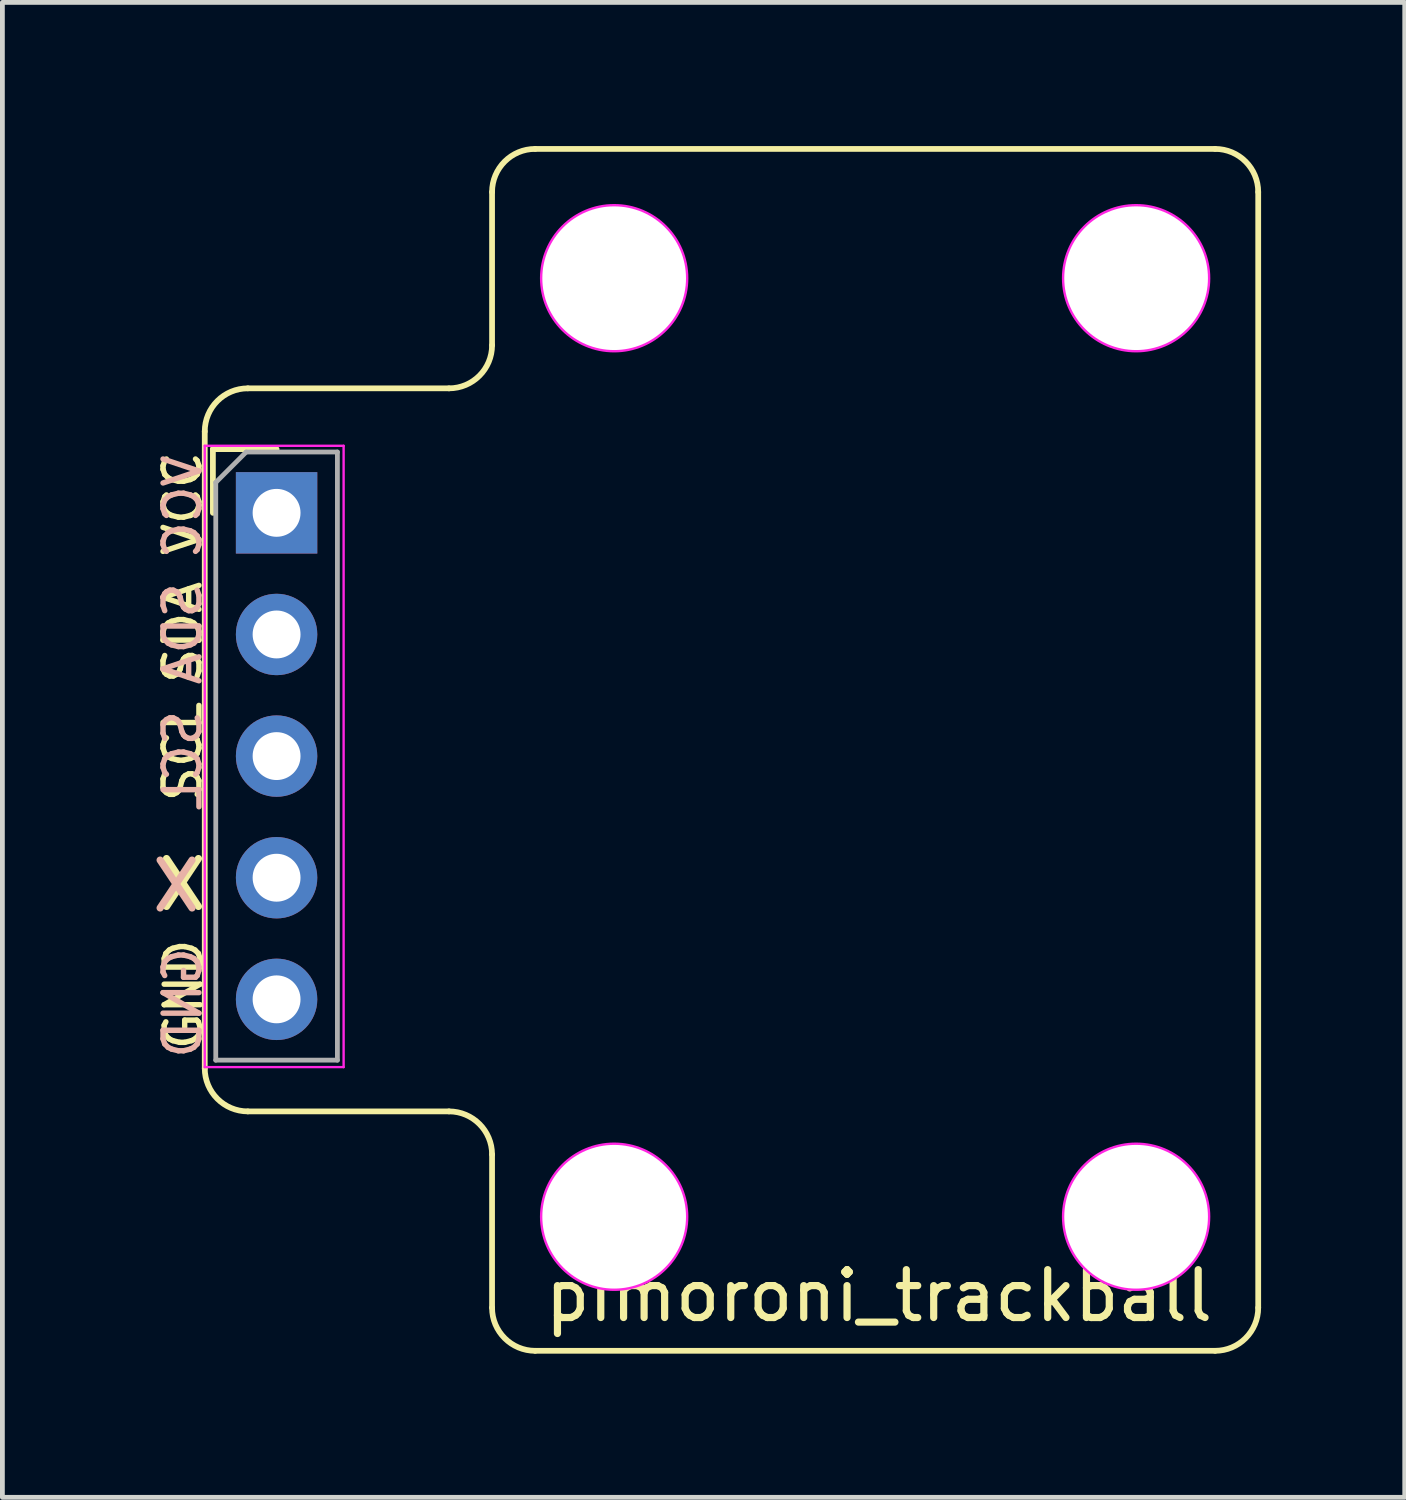
<source format=kicad_pcb>
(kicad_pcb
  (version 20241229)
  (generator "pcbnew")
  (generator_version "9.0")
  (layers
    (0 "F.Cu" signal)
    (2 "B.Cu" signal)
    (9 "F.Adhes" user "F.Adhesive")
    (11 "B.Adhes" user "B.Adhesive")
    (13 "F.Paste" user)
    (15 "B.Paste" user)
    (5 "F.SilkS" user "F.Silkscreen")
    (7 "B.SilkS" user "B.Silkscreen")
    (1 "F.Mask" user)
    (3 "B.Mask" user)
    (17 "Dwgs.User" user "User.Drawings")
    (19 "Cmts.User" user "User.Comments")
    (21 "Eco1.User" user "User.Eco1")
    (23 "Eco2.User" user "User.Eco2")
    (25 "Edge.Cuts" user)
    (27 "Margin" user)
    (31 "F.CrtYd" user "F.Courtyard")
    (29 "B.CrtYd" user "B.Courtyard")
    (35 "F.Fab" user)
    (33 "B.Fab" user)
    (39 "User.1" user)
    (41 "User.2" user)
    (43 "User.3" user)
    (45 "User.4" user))
  (footprint "pimoroni_trackball"
    (layer "F.Cu")
    (at 2.726 7.66)
    (property "Reference" "pimoroni_trackball" (at 12.58 16.35 0) (layer "F.SilkS") (effects (font (size 1 1) (thickness 0.15))))
    (attr through_hole)
    (fp_line (start -1.5 -1.7) (end -1.5 11.6) (stroke (width 0.12) (type solid)) (layer "F.SilkS"))
    (fp_line (start -1.33 -1.33) (end 0 -1.33) (stroke (width 0.12) (type solid)) (layer "F.SilkS"))
    (fp_line (start -1.33 0) (end -1.33 -1.33) (stroke (width 0.12) (type solid)) (layer "F.SilkS"))
    (fp_line (start -0.6 -2.6) (end 3.6 -2.6) (stroke (width 0.12) (type solid)) (layer "F.SilkS"))
    (fp_line (start -0.6 12.5) (end 3.6 12.5) (stroke (width 0.12) (type solid)) (layer "F.SilkS"))
    (fp_line (start 4.5 -3.5) (end 4.5 -6.7) (stroke (width 0.12) (type solid)) (layer "F.SilkS"))
    (fp_line (start 4.5 13.4) (end 4.5 16.6) (stroke (width 0.12) (type solid)) (layer "F.SilkS"))
    (fp_line (start 5.4 -7.6) (end 19.6 -7.6) (stroke (width 0.12) (type solid)) (layer "F.SilkS"))
    (fp_line (start 5.4 17.5) (end 19.6 17.5) (stroke (width 0.12) (type solid)) (layer "F.SilkS"))
    (fp_line (start 20.5 16.6) (end 20.5 -6.7) (stroke (width 0.12) (type solid)) (layer "F.SilkS"))
    (fp_arc (start -1.5 -1.7) (mid -1.236396 -2.336396) (end -0.6 -2.6) (stroke (width 0.12) (type default)) (layer "F.SilkS"))
    (fp_arc (start -0.6 12.5) (mid -1.236396 12.236396) (end -1.5 11.6) (stroke (width 0.12) (type default)) (layer "F.SilkS"))
    (fp_arc (start 3.6 12.5) (mid 4.236396 12.763604) (end 4.5 13.4) (stroke (width 0.12) (type default)) (layer "F.SilkS"))
    (fp_arc (start 4.5 -6.7) (mid 4.763604 -7.336396) (end 5.4 -7.6) (stroke (width 0.12) (type default)) (layer "F.SilkS"))
    (fp_arc (start 4.5 -3.5) (mid 4.236396 -2.863604) (end 3.6 -2.6) (stroke (width 0.12) (type default)) (layer "F.SilkS"))
    (fp_arc (start 5.4 17.5) (mid 4.763604 17.236396) (end 4.5 16.6) (stroke (width 0.12) (type default)) (layer "F.SilkS"))
    (fp_arc (start 19.6 -7.6) (mid 20.236396 -7.336396) (end 20.5 -6.7) (stroke (width 0.12) (type default)) (layer "F.SilkS"))
    (fp_arc (start 20.5 16.6) (mid 20.236396 17.236396) (end 19.6 17.5) (stroke (width 0.12) (type default)) (layer "F.SilkS"))
    (fp_line (start -1.5 -1.4) (end -1.5 11.575) (stroke (width 0.05) (type solid)) (layer "F.CrtYd"))
    (fp_line (start -1.5 11.575) (end 1.4 11.575) (stroke (width 0.05) (type solid)) (layer "F.CrtYd"))
    (fp_line (start 1.4 -1.4) (end -1.5 -1.4) (stroke (width 0.05) (type solid)) (layer "F.CrtYd"))
    (fp_line (start 1.4 11.575) (end 1.4 -1.4) (stroke (width 0.05) (type solid)) (layer "F.CrtYd"))
    (fp_circle (center 7.05 -4.9) (end 8.55 -4.9) (stroke (width 0.1) (type default)) (fill no) (layer "F.CrtYd"))
    (fp_circle (center 7.05 14.7) (end 8.55 14.7) (stroke (width 0.1) (type default)) (fill no) (layer "F.CrtYd"))
    (fp_circle (center 17.95 -4.9) (end 19.45 -4.9) (stroke (width 0.1) (type default)) (fill no) (layer "F.CrtYd"))
    (fp_circle (center 17.95 14.7) (end 19.45 14.7) (stroke (width 0.1) (type default)) (fill no) (layer "F.CrtYd"))
    (fp_line (start -1.27 -0.635) (end -0.635 -1.27) (stroke (width 0.1) (type solid)) (layer "F.Fab"))
    (fp_line (start -1.27 11.43) (end -1.27 -0.635) (stroke (width 0.1) (type solid)) (layer "F.Fab"))
    (fp_line (start -0.635 -1.27) (end 1.27 -1.27) (stroke (width 0.1) (type solid)) (layer "F.Fab"))
    (fp_line (start 1.27 -1.27) (end 1.27 11.43) (stroke (width 0.1) (type solid)) (layer "F.Fab"))
    (fp_line (start 1.27 11.43) (end -1.27 11.43) (stroke (width 0.1) (type solid)) (layer "F.Fab"))
    (fp_rect (start 5.375 -2.075) (end 19.625 11.975) (stroke (width 0.1) (type default)) (fill no) (layer "User.1"))
    (fp_circle (center 12.51 4.95) (end 14.51 4.95) (stroke (width 0.2) (type default)) (fill no) (layer "User.1"))
    (fp_poly (pts (xy 9.037 4.95) (xy 12.5 1.487) (xy 15.963 4.95) (xy 12.5 8.413)) (stroke (width 0.2) (type default)) (fill no) (layer "User.1"))
    (fp_text user "X" (at -2.54 8.35 0) (unlocked yes) (layer "F.SilkS") (effects (font (size 1 1) (thickness 0.15)) (justify left bottom)))
    (fp_text user "VCC" (at -1.524 0.95 90) (unlocked yes) (layer "F.SilkS") (effects (font (size 0.75 0.75) (thickness 0.113)) (justify left bottom)))
    (fp_text user "GND" (at -1.5 11.275 90) (unlocked yes) (layer "F.SilkS") (effects (font (size 0.75 0.75) (thickness 0.113)) (justify left bottom)))
    (fp_text user "SDA" (at -1.524 3.625 90) (unlocked yes) (layer "F.SilkS") (effects (font (size 0.75 0.75) (thickness 0.113)) (justify left bottom)))
    (fp_text user "SCL" (at -1.524 6.096 90) (unlocked yes) (layer "F.SilkS") (effects (font (size 0.75 0.75) (thickness 0.113)) (justify left bottom)))
    (fp_text user "GND" (at -1.524 9.017 90) (unlocked yes) (layer "B.SilkS") (effects (font (size 0.75 0.75) (thickness 0.113)) (justify left bottom mirror)))
    (fp_text user "X" (at -1.524 8.382 0) (unlocked yes) (layer "B.SilkS") (effects (font (size 1 1) (thickness 0.15)) (justify left bottom mirror)))
    (fp_text user "VCC" (at -1.524 -1.27 90) (unlocked yes) (layer "B.SilkS") (effects (font (size 0.75 0.75) (thickness 0.113)) (justify left bottom mirror)))
    (fp_text user "SDA" (at -1.524 1.397 90) (unlocked yes) (layer "B.SilkS") (effects (font (size 0.75 0.75) (thickness 0.113)) (justify left bottom mirror)))
    (fp_text user "SCL" (at -1.524 4.064 90) (unlocked yes) (layer "B.SilkS") (effects (font (size 0.75 0.75) (thickness 0.113)) (justify left bottom mirror)))
    (pad "" np_thru_hole circle (at 7.05 -4.9) (size 3 3) (drill 3) (layers "*.Cu" "*.Mask"))
    (pad "" np_thru_hole circle (at 7.05 14.7) (size 3 3) (drill 3) (layers "*.Cu" "*.Mask"))
    (pad "" np_thru_hole circle (at 17.95 -4.9) (size 3 3) (drill 3) (layers "*.Cu" "*.Mask"))
    (pad "" np_thru_hole circle (at 17.95 14.7) (size 3 3) (drill 3) (layers "*.Cu" "*.Mask"))
    (pad "1" thru_hole rect (at 0 0) (size 1.7 1.7) (drill 1) (layers "*.Cu" "*.Mask"))
    (pad "2" thru_hole oval (at 0 2.54) (size 1.7 1.7) (drill 1) (layers "*.Cu" "*.Mask"))
    (pad "3" thru_hole oval (at 0 5.08) (size 1.7 1.7) (drill 1) (layers "*.Cu" "*.Mask"))
    (pad "4" thru_hole oval (at 0 7.62) (size 1.7 1.7) (drill 1) (layers "*.Cu" "*.Mask"))
    (pad "5" thru_hole oval (at 0 10.16) (size 1.7 1.7) (drill 1) (layers "*.Cu" "*.Mask")))
  (gr_rect
    (start -3 -3)
    (end 26.286 28.22)
    (stroke (width 0.1) (type default))
    (fill no)
    (layer "Edge.Cuts")))
</source>
